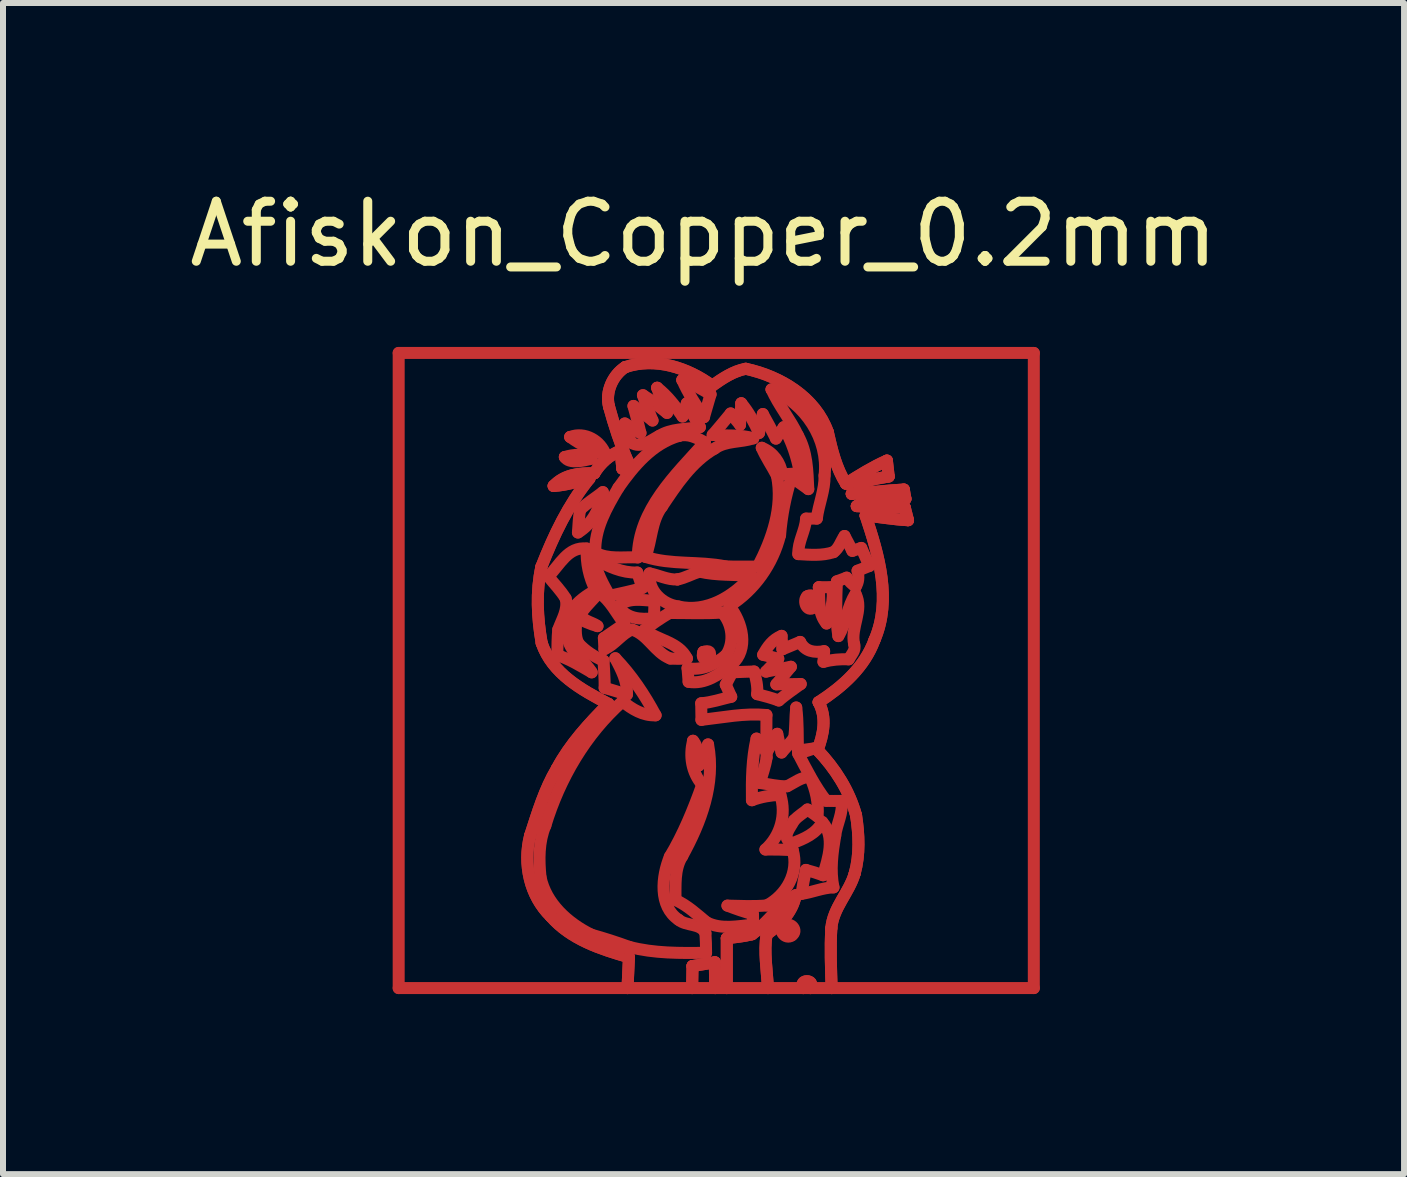
<source format=kicad_pcb>
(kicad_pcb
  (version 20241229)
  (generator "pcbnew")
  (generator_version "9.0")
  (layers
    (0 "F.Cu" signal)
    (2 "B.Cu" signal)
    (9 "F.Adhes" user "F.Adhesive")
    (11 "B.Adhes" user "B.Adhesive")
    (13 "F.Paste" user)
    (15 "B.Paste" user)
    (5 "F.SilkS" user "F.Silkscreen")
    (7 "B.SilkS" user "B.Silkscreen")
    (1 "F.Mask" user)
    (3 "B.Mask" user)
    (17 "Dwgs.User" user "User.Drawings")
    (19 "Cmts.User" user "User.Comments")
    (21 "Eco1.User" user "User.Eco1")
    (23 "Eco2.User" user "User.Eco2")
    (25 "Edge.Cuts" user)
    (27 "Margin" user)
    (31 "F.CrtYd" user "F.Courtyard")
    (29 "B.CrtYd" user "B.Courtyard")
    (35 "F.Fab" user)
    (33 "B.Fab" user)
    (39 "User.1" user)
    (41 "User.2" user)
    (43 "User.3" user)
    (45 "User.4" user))
  (footprint "Afiskon_Copper_0.2mm"
    (layer "F.Cu")
    (at 8.773 2.648)
    (property "Reference" "Afiskon_Copper_0.2mm" (at -0.1 -1.8 0) (layer "F.SilkS") (effects (font (size 1 1) (thickness 0.15))))
    (attr through_hole)
    (fp_line (start -5.18 0.183) (end 5.403 0.183) (stroke (width 0.2) (type solid)) (layer "F.Cu"))
    (fp_line (start -5.18 10.766) (end -5.18 0.183) (stroke (width 0.2) (type solid)) (layer "F.Cu"))
    (fp_line (start -2.687 3.907) (end -2.687 3.907) (stroke (width 0.2) (type solid)) (layer "F.Cu"))
    (fp_line (start -2.411 1.917) (end -2.411 1.917) (stroke (width 0.2) (type solid)) (layer "F.Cu"))
    (fp_line (start -2.322 1.583) (end -2.322 1.583) (stroke (width 0.2) (type solid)) (layer "F.Cu"))
    (fp_line (start -2.157 2.795) (end -2.157 2.795) (stroke (width 0.2) (type solid)) (layer "F.Cu"))
    (fp_line (start -1.913 3.617) (end -1.913 3.617) (stroke (width 0.2) (type solid)) (layer "F.Cu"))
    (fp_line (start -1.519 4.406) (end -1.519 4.406) (stroke (width 0.2) (type solid)) (layer "F.Cu"))
    (fp_line (start -1.405 0.419) (end -1.405 0.419) (stroke (width 0.2) (type solid)) (layer "F.Cu"))
    (fp_line (start -1.367 10.766) (end -5.18 10.766) (stroke (width 0.2) (type solid)) (layer "F.Cu"))
    (fp_line (start -0.873 0.763) (end -0.873 0.763) (stroke (width 0.2) (type solid)) (layer "F.Cu"))
    (fp_line (start -0.535 3.957) (end -0.535 3.957) (stroke (width 0.2) (type solid)) (layer "F.Cu"))
    (fp_line (start -0.511 1.565) (end -0.511 1.565) (stroke (width 0.2) (type solid)) (layer "F.Cu"))
    (fp_line (start -0.454 0.634) (end -0.454 0.634) (stroke (width 0.2) (type solid)) (layer "F.Cu"))
    (fp_line (start -0.29 10.766) (end -1.367 10.766) (stroke (width 0.2) (type solid)) (layer "F.Cu"))
    (fp_line (start -0.284 10.399) (end -0.284 10.399) (stroke (width 0.2) (type solid)) (layer "F.Cu"))
    (fp_line (start -0.102 5.165) (end -0.102 5.165) (stroke (width 0.2) (type solid)) (layer "F.Cu"))
    (fp_line (start 0.094 10.766) (end -0.29 10.766) (stroke (width 0.2) (type solid)) (layer "F.Cu"))
    (fp_line (start 0.287 10.766) (end 0.094 10.766) (stroke (width 0.2) (type solid)) (layer "F.Cu"))
    (fp_line (start 0.529 1.022) (end 0.529 1.022) (stroke (width 0.2) (type solid)) (layer "F.Cu"))
    (fp_line (start 0.706 9.869) (end 0.706 9.869) (stroke (width 0.2) (type solid)) (layer "F.Cu"))
    (fp_line (start 0.972 10.766) (end 0.287 10.766) (stroke (width 0.2) (type solid)) (layer "F.Cu"))
    (fp_line (start 1.033 0.791) (end 1.033 0.791) (stroke (width 0.2) (type solid)) (layer "F.Cu"))
    (fp_line (start 1.25 9.733) (end 1.25 9.733) (stroke (width 0.2) (type solid)) (layer "F.Cu"))
    (fp_line (start 1.562 10.766) (end 0.972 10.766) (stroke (width 0.2) (type solid)) (layer "F.Cu"))
    (fp_line (start 1.627 4.24) (end 1.627 4.24) (stroke (width 0.2) (type solid)) (layer "F.Cu"))
    (fp_line (start 1.681 10.766) (end 1.562 10.766) (stroke (width 0.2) (type solid)) (layer "F.Cu"))
    (fp_line (start 1.821 4.087) (end 1.821 4.087) (stroke (width 0.2) (type solid)) (layer "F.Cu"))
    (fp_line (start 2.034 10.766) (end 1.681 10.766) (stroke (width 0.2) (type solid)) (layer "F.Cu"))
    (fp_line (start 5.403 0.183) (end 5.403 10.766) (stroke (width 0.2) (type solid)) (layer "F.Cu"))
    (fp_line (start 5.403 10.766) (end 2.034 10.766) (stroke (width 0.2) (type solid)) (layer "F.Cu"))
    (fp_curve (pts (xy -2.991 8.229) (xy -3.111 8.696) (xy -2.998 9.23) (xy -2.646 9.571)) (stroke (width 0.2) (type solid)) (layer "F.Cu"))
    (fp_curve (pts (xy -2.991 8.229) (xy -2.866 7.846) (xy -2.752 7.456) (xy -2.544 7.108)) (stroke (width 0.2) (type solid)) (layer "F.Cu"))
    (fp_curve (pts (xy -2.817 8.917) (xy -2.844 8.63) (xy -2.85 8.329) (xy -2.736 8.059)) (stroke (width 0.2) (type solid)) (layer "F.Cu"))
    (fp_curve (pts (xy -2.802 3.746) (xy -2.895 4.163) (xy -2.87 4.6) (xy -2.797 5.018)) (stroke (width 0.2) (type solid)) (layer "F.Cu"))
    (fp_curve (pts (xy -2.802 3.746) (xy -2.598 3.225) (xy -2.355 2.712) (xy -2.001 2.275)) (stroke (width 0.2) (type solid)) (layer "F.Cu"))
    (fp_curve (pts (xy -2.797 5.018) (xy -2.87 4.6) (xy -2.895 4.163) (xy -2.802 3.746)) (stroke (width 0.2) (type solid)) (layer "F.Cu"))
    (fp_curve (pts (xy -2.797 5.018) (xy -2.625 5.526) (xy -2.131 5.797) (xy -1.685 6.03)) (stroke (width 0.2) (type solid)) (layer "F.Cu"))
    (fp_curve (pts (xy -2.736 8.059) (xy -2.498 7.275) (xy -2.066 6.535) (xy -1.45 5.989)) (stroke (width 0.2) (type solid)) (layer "F.Cu"))
    (fp_curve (pts (xy -2.687 3.907) (xy -2.498 3.721) (xy -2.36 3.404) (xy -2.047 3.442)) (stroke (width 0.2) (type solid)) (layer "F.Cu"))
    (fp_curve (pts (xy -2.646 9.571) (xy -2.998 9.23) (xy -3.111 8.696) (xy -2.991 8.229)) (stroke (width 0.2) (type solid)) (layer "F.Cu"))
    (fp_curve (pts (xy -2.646 9.571) (xy -2.313 9.955) (xy -1.815 10.117) (xy -1.343 10.252)) (stroke (width 0.2) (type solid)) (layer "F.Cu"))
    (fp_curve (pts (xy -2.598 2.399) (xy -2.393 2.389) (xy -2.198 2.323) (xy -2.001 2.275)) (stroke (width 0.2) (type solid)) (layer "F.Cu"))
    (fp_curve (pts (xy -2.598 2.399) (xy -2.42 2.207) (xy -2.166 2.181) (xy -1.92 2.188)) (stroke (width 0.2) (type solid)) (layer "F.Cu"))
    (fp_curve (pts (xy -2.544 7.108) (xy -2.752 7.456) (xy -2.866 7.846) (xy -2.991 8.229)) (stroke (width 0.2) (type solid)) (layer "F.Cu"))
    (fp_curve (pts (xy -2.544 7.108) (xy -2.326 6.698) (xy -2.009 6.357) (xy -1.685 6.03)) (stroke (width 0.2) (type solid)) (layer "F.Cu"))
    (fp_curve (pts (xy -2.536 5.22) (xy -2.534 5.077) (xy -2.536 4.935) (xy -2.521 4.793)) (stroke (width 0.2) (type solid)) (layer "F.Cu"))
    (fp_curve (pts (xy -2.521 4.793) (xy -2.462 4.623) (xy -2.351 4.462) (xy -2.398 4.274)) (stroke (width 0.2) (type solid)) (layer "F.Cu"))
    (fp_curve (pts (xy -2.411 1.917) (xy -2.286 1.875) (xy -2.053 1.851) (xy -1.964 1.944)) (stroke (width 0.2) (type solid)) (layer "F.Cu"))
    (fp_curve (pts (xy -2.398 4.274) (xy -2.478 4.14) (xy -2.591 4.029) (xy -2.687 3.907)) (stroke (width 0.2) (type solid)) (layer "F.Cu"))
    (fp_curve (pts (xy -2.36 4.949) (xy -2.308 5.188) (xy -2.082 5.306) (xy -1.964 5.505)) (stroke (width 0.2) (type solid)) (layer "F.Cu"))
    (fp_curve (pts (xy -2.322 1.583) (xy -2.079 1.489) (xy -1.812 1.645) (xy -1.731 1.883)) (stroke (width 0.2) (type solid)) (layer "F.Cu"))
    (fp_curve (pts (xy -2.222 4.589) (xy -2.107 4.646) (xy -1.991 4.702) (xy -1.867 4.735)) (stroke (width 0.2) (type solid)) (layer "F.Cu"))
    (fp_curve (pts (xy -2.193 3.175) (xy -2.184 3.048) (xy -2.179 2.921) (xy -2.157 2.795)) (stroke (width 0.2) (type solid)) (layer "F.Cu"))
    (fp_curve (pts (xy -2.186 5.021) (xy -2.252 4.887) (xy -2.222 4.733) (xy -2.222 4.589)) (stroke (width 0.2) (type solid)) (layer "F.Cu"))
    (fp_curve (pts (xy -2.157 2.795) (xy -2.042 2.684) (xy -1.904 2.6) (xy -1.778 2.502)) (stroke (width 0.2) (type solid)) (layer "F.Cu"))
    (fp_curve (pts (xy -2.119 4.487) (xy -2.033 4.377) (xy -1.934 4.28) (xy -1.841 4.177)) (stroke (width 0.2) (type solid)) (layer "F.Cu"))
    (fp_curve (pts (xy -2.047 3.442) (xy -2.058 3.684) (xy -2.007 3.924) (xy -1.896 4.14)) (stroke (width 0.2) (type solid)) (layer "F.Cu"))
    (fp_curve (pts (xy -2.001 2.275) (xy -2.355 2.712) (xy -2.598 3.225) (xy -2.802 3.746)) (stroke (width 0.2) (type solid)) (layer "F.Cu"))
    (fp_curve (pts (xy -2.001 2.275) (xy -2.198 2.323) (xy -2.393 2.389) (xy -2.598 2.399)) (stroke (width 0.2) (type solid)) (layer "F.Cu"))
    (fp_curve (pts (xy -1.97 9.876) (xy -2.36 9.684) (xy -2.725 9.358) (xy -2.817 8.917)) (stroke (width 0.2) (type solid)) (layer "F.Cu"))
    (fp_curve (pts (xy -1.964 1.944) (xy -2.088 1.977) (xy -2.343 2.039) (xy -2.411 1.917)) (stroke (width 0.2) (type solid)) (layer "F.Cu"))
    (fp_curve (pts (xy -1.964 5.505) (xy -2.15 5.399) (xy -2.33 5.284) (xy -2.536 5.22)) (stroke (width 0.2) (type solid)) (layer "F.Cu"))
    (fp_curve (pts (xy -1.92 2.188) (xy -2.166 2.181) (xy -2.42 2.207) (xy -2.598 2.399)) (stroke (width 0.2) (type solid)) (layer "F.Cu"))
    (fp_curve (pts (xy -1.92 2.188) (xy -1.817 2.018) (xy -1.671 1.886) (xy -1.484 1.812)) (stroke (width 0.2) (type solid)) (layer "F.Cu"))
    (fp_curve (pts (xy -1.913 3.617) (xy -1.692 3.738) (xy -1.462 3.85) (xy -1.204 3.842)) (stroke (width 0.2) (type solid)) (layer "F.Cu"))
    (fp_curve (pts (xy -1.903 3.509) (xy -1.921 3.115) (xy -1.713 2.757) (xy -1.519 2.43)) (stroke (width 0.2) (type solid)) (layer "F.Cu"))
    (fp_curve (pts (xy -1.896 4.14) (xy -2.186 4.282) (xy -2.518 4.597) (xy -2.36 4.949)) (stroke (width 0.2) (type solid)) (layer "F.Cu"))
    (fp_curve (pts (xy -1.867 4.735) (xy -1.946 4.662) (xy -2.194 4.642) (xy -2.119 4.487)) (stroke (width 0.2) (type solid)) (layer "F.Cu"))
    (fp_curve (pts (xy -1.841 4.177) (xy -1.654 4.309) (xy -1.554 4.518) (xy -1.42 4.698)) (stroke (width 0.2) (type solid)) (layer "F.Cu"))
    (fp_curve (pts (xy -1.778 2.502) (xy -1.826 2.772) (xy -1.951 3.03) (xy -2.193 3.175)) (stroke (width 0.2) (type solid)) (layer "F.Cu"))
    (fp_curve (pts (xy -1.766 5.311) (xy -1.923 5.243) (xy -2.07 5.149) (xy -2.186 5.021)) (stroke (width 0.2) (type solid)) (layer "F.Cu"))
    (fp_curve (pts (xy -1.761 4.932) (xy -1.758 4.979) (xy -1.754 5.072) (xy -1.752 5.118)) (stroke (width 0.2) (type solid)) (layer "F.Cu"))
    (fp_curve (pts (xy -1.752 5.118) (xy -1.576 5.043) (xy -1.468 4.861) (xy -1.294 4.793)) (stroke (width 0.2) (type solid)) (layer "F.Cu"))
    (fp_curve (pts (xy -1.748 5.765) (xy -1.745 5.613) (xy -1.76 5.462) (xy -1.766 5.311)) (stroke (width 0.2) (type solid)) (layer "F.Cu"))
    (fp_curve (pts (xy -1.731 1.883) (xy -1.938 1.805) (xy -2.145 1.718) (xy -2.322 1.583)) (stroke (width 0.2) (type solid)) (layer "F.Cu"))
    (fp_curve (pts (xy -1.685 6.03) (xy -2.131 5.797) (xy -2.625 5.526) (xy -2.797 5.018)) (stroke (width 0.2) (type solid)) (layer "F.Cu"))
    (fp_curve (pts (xy -1.685 6.03) (xy -2.009 6.357) (xy -2.326 6.698) (xy -2.544 7.108)) (stroke (width 0.2) (type solid)) (layer "F.Cu"))
    (fp_curve (pts (xy -1.675 1.077) (xy -1.74 0.834) (xy -1.613 0.551) (xy -1.405 0.419)) (stroke (width 0.2) (type solid)) (layer "F.Cu"))
    (fp_curve (pts (xy -1.675 1.077) (xy -1.59 1.388) (xy -1.491 1.695) (xy -1.362 1.991)) (stroke (width 0.2) (type solid)) (layer "F.Cu"))
    (fp_curve (pts (xy -1.666 4.23) (xy -1.772 4.037) (xy -1.888 3.84) (xy -1.913 3.617)) (stroke (width 0.2) (type solid)) (layer "F.Cu"))
    (fp_curve (pts (xy -1.57 5.27) (xy -1.473 5.459) (xy -1.364 5.655) (xy -1.377 5.876)) (stroke (width 0.2) (type solid)) (layer "F.Cu"))
    (fp_curve (pts (xy -1.519 2.43) (xy -1.264 2.066) (xy -0.954 1.695) (xy -0.511 1.565)) (stroke (width 0.2) (type solid)) (layer "F.Cu"))
    (fp_curve (pts (xy -1.519 4.406) (xy -1.355 4.247) (xy -1.12 4.307) (xy -0.917 4.312)) (stroke (width 0.2) (type solid)) (layer "F.Cu"))
    (fp_curve (pts (xy -1.484 1.812) (xy -1.671 1.886) (xy -1.817 2.018) (xy -1.92 2.188)) (stroke (width 0.2) (type solid)) (layer "F.Cu"))
    (fp_curve (pts (xy -1.484 1.812) (xy -1.477 1.887) (xy -1.46 2.038) (xy -1.453 2.112)) (stroke (width 0.2) (type solid)) (layer "F.Cu"))
    (fp_curve (pts (xy -1.453 2.112) (xy -1.46 2.038) (xy -1.477 1.887) (xy -1.484 1.812)) (stroke (width 0.2) (type solid)) (layer "F.Cu"))
    (fp_curve (pts (xy -1.453 2.112) (xy -1.422 2.072) (xy -1.392 2.031) (xy -1.362 1.991)) (stroke (width 0.2) (type solid)) (layer "F.Cu"))
    (fp_curve (pts (xy -1.45 5.989) (xy -1.292 6.118) (xy -1.11 6.231) (xy -0.899 6.221)) (stroke (width 0.2) (type solid)) (layer "F.Cu"))
    (fp_curve (pts (xy -1.42 4.698) (xy -1.534 4.775) (xy -1.648 4.853) (xy -1.761 4.932)) (stroke (width 0.2) (type solid)) (layer "F.Cu"))
    (fp_curve (pts (xy -1.412 1.358) (xy -1.324 1.41) (xy -1.237 1.464) (xy -1.151 1.517)) (stroke (width 0.2) (type solid)) (layer "F.Cu"))
    (fp_curve (pts (xy -1.405 0.419) (xy -1.613 0.551) (xy -1.74 0.834) (xy -1.675 1.077)) (stroke (width 0.2) (type solid)) (layer "F.Cu"))
    (fp_curve (pts (xy -1.405 0.419) (xy -0.907 0.25) (xy -0.365 0.427) (xy 0.044 0.729)) (stroke (width 0.2) (type solid)) (layer "F.Cu"))
    (fp_curve (pts (xy -1.377 5.876) (xy -1.501 5.838) (xy -1.623 5.797) (xy -1.748 5.765)) (stroke (width 0.2) (type solid)) (layer "F.Cu"))
    (fp_curve (pts (xy -1.367 10.766) (xy -1.359 10.594) (xy -1.351 10.424) (xy -1.343 10.252)) (stroke (width 0.2) (type solid)) (layer "F.Cu"))
    (fp_curve (pts (xy -1.362 1.991) (xy -1.491 1.695) (xy -1.59 1.388) (xy -1.675 1.077)) (stroke (width 0.2) (type solid)) (layer "F.Cu"))
    (fp_curve (pts (xy -1.362 1.991) (xy -1.392 2.031) (xy -1.422 2.072) (xy -1.453 2.112)) (stroke (width 0.2) (type solid)) (layer "F.Cu"))
    (fp_curve (pts (xy -1.343 10.252) (xy -1.815 10.117) (xy -2.313 9.955) (xy -2.646 9.571)) (stroke (width 0.2) (type solid)) (layer "F.Cu"))
    (fp_curve (pts (xy -1.343 10.252) (xy -1.351 10.424) (xy -1.359 10.594) (xy -1.367 10.766)) (stroke (width 0.2) (type solid)) (layer "F.Cu"))
    (fp_curve (pts (xy -1.34 10.079) (xy -1.548 10.003) (xy -1.757 9.936) (xy -1.97 9.876)) (stroke (width 0.2) (type solid)) (layer "F.Cu"))
    (fp_curve (pts (xy -1.304 1.678) (xy -1.349 1.575) (xy -1.378 1.466) (xy -1.412 1.358)) (stroke (width 0.2) (type solid)) (layer "F.Cu"))
    (fp_curve (pts (xy -1.294 4.793) (xy -1.029 4.867) (xy -0.912 5.178) (xy -0.654 5.275)) (stroke (width 0.2) (type solid)) (layer "F.Cu"))
    (fp_curve (pts (xy -1.268 1.066) (xy -1.161 1.146) (xy -1.056 1.228) (xy -0.95 1.309)) (stroke (width 0.2) (type solid)) (layer "F.Cu"))
    (fp_curve (pts (xy -1.204 3.842) (xy -1.175 3.928) (xy -1.147 4.012) (xy -1.118 4.098)) (stroke (width 0.2) (type solid)) (layer "F.Cu"))
    (fp_curve (pts (xy -1.196 3.59) (xy -1.43 3.578) (xy -1.693 3.629) (xy -1.903 3.509)) (stroke (width 0.2) (type solid)) (layer "F.Cu"))
    (fp_curve (pts (xy -1.151 1.517) (xy -1.186 1.366) (xy -1.226 1.216) (xy -1.268 1.066)) (stroke (width 0.2) (type solid)) (layer "F.Cu"))
    (fp_curve (pts (xy -1.118 4.098) (xy -1.297 4.153) (xy -1.483 4.187) (xy -1.666 4.23)) (stroke (width 0.2) (type solid)) (layer "F.Cu"))
    (fp_curve (pts (xy -1.11 0.887) (xy -0.966 0.972) (xy -0.839 1.08) (xy -0.709 1.182)) (stroke (width 0.2) (type solid)) (layer "F.Cu"))
    (fp_curve (pts (xy -1.087 4.8) (xy -0.953 4.697) (xy -0.814 4.602) (xy -0.669 4.516)) (stroke (width 0.2) (type solid)) (layer "F.Cu"))
    (fp_curve (pts (xy -1.068 3.581) (xy -0.962 3.304) (xy -0.975 2.986) (xy -0.792 2.742)) (stroke (width 0.2) (type solid)) (layer "F.Cu"))
    (fp_curve (pts (xy -1 3.856) (xy -0.844 3.886) (xy -0.696 3.967) (xy -0.535 3.957)) (stroke (width 0.2) (type solid)) (layer "F.Cu"))
    (fp_curve (pts (xy -0.95 1.309) (xy -1.009 1.17) (xy -1.065 1.031) (xy -1.11 0.887)) (stroke (width 0.2) (type solid)) (layer "F.Cu"))
    (fp_curve (pts (xy -0.926 4.604) (xy -1.153 4.628) (xy -1.381 4.615) (xy -1.519 4.406)) (stroke (width 0.2) (type solid)) (layer "F.Cu"))
    (fp_curve (pts (xy -0.917 4.312) (xy -0.919 4.385) (xy -0.923 4.531) (xy -0.926 4.604)) (stroke (width 0.2) (type solid)) (layer "F.Cu"))
    (fp_curve (pts (xy -0.899 6.221) (xy -1.081 5.879) (xy -1.3 5.55) (xy -1.57 5.27)) (stroke (width 0.2) (type solid)) (layer "F.Cu"))
    (fp_curve (pts (xy -0.873 0.763) (xy -0.703 0.894) (xy -0.573 1.067) (xy -0.45 1.242)) (stroke (width 0.2) (type solid)) (layer "F.Cu"))
    (fp_curve (pts (xy -0.843 1.568) (xy -0.985 1.64) (xy -1.141 1.781) (xy -1.304 1.678)) (stroke (width 0.2) (type solid)) (layer "F.Cu"))
    (fp_curve (pts (xy -0.792 2.742) (xy -0.55 2.381) (xy -0.301 1.998) (xy 0.085 1.776)) (stroke (width 0.2) (type solid)) (layer "F.Cu"))
    (fp_curve (pts (xy -0.709 1.182) (xy -0.764 1.043) (xy -0.832 0.907) (xy -0.873 0.763)) (stroke (width 0.2) (type solid)) (layer "F.Cu"))
    (fp_curve (pts (xy -0.669 4.516) (xy -0.376 4.515) (xy -0.082 4.53) (xy 0.21 4.508)) (stroke (width 0.2) (type solid)) (layer "F.Cu"))
    (fp_curve (pts (xy -0.662 8.577) (xy -0.797 8.906) (xy -0.852 9.403) (xy -0.515 9.628)) (stroke (width 0.2) (type solid)) (layer "F.Cu"))
    (fp_curve (pts (xy -0.654 5.275) (xy -0.562 5.281) (xy -0.47 5.281) (xy -0.377 5.273)) (stroke (width 0.2) (type solid)) (layer "F.Cu"))
    (fp_curve (pts (xy -0.568 9.299) (xy -0.563 9.054) (xy -0.592 8.787) (xy -0.455 8.568)) (stroke (width 0.2) (type solid)) (layer "F.Cu"))
    (fp_curve (pts (xy -0.535 3.957) (xy -0.406 3.933) (xy -0.291 3.864) (xy -0.167 3.827)) (stroke (width 0.2) (type solid)) (layer "F.Cu"))
    (fp_curve (pts (xy -0.521 4.407) (xy -0.79 4.371) (xy -1.026 4.142) (xy -1 3.856)) (stroke (width 0.2) (type solid)) (layer "F.Cu"))
    (fp_curve (pts (xy -0.515 9.628) (xy -0.384 9.739) (xy -0.155 9.679) (xy -0.069 9.849)) (stroke (width 0.2) (type solid)) (layer "F.Cu"))
    (fp_curve (pts (xy -0.511 1.565) (xy -0.355 1.523) (xy -0.212 1.597) (xy -0.079 1.671)) (stroke (width 0.2) (type solid)) (layer "F.Cu"))
    (fp_curve (pts (xy -0.455 8.568) (xy -0.143 8.005) (xy 0.1 7.358) (xy -0.025 6.706)) (stroke (width 0.2) (type solid)) (layer "F.Cu"))
    (fp_curve (pts (xy -0.454 0.634) (xy -0.288 0.695) (xy -0.135 0.784) (xy 0.017 0.873)) (stroke (width 0.2) (type solid)) (layer "F.Cu"))
    (fp_curve (pts (xy -0.45 1.242) (xy -0.426 1.168) (xy -0.403 1.094) (xy -0.379 1.021)) (stroke (width 0.2) (type solid)) (layer "F.Cu"))
    (fp_curve (pts (xy -0.379 1.021) (xy -0.31 1.156) (xy -0.236 1.288) (xy -0.161 1.419)) (stroke (width 0.2) (type solid)) (layer "F.Cu"))
    (fp_curve (pts (xy -0.377 5.273) (xy -0.514 4.997) (xy -0.859 4.972) (xy -1.087 4.8)) (stroke (width 0.2) (type solid)) (layer "F.Cu"))
    (fp_curve (pts (xy -0.367 5.435) (xy -0.36 5.511) (xy -0.355 5.586) (xy -0.349 5.663)) (stroke (width 0.2) (type solid)) (layer "F.Cu"))
    (fp_curve (pts (xy -0.349 5.663) (xy -0.076 5.71) (xy 0.168 5.538) (xy 0.368 5.376)) (stroke (width 0.2) (type solid)) (layer "F.Cu"))
    (fp_curve (pts (xy -0.29 10.766) (xy -0.288 10.644) (xy -0.286 10.521) (xy -0.284 10.399)) (stroke (width 0.2) (type solid)) (layer "F.Cu"))
    (fp_curve (pts (xy -0.284 10.399) (xy -0.286 10.521) (xy -0.288 10.644) (xy -0.29 10.766)) (stroke (width 0.2) (type solid)) (layer "F.Cu"))
    (fp_curve (pts (xy -0.284 10.399) (xy -0.16 10.379) (xy -0.036 10.357) (xy 0.088 10.336)) (stroke (width 0.2) (type solid)) (layer "F.Cu"))
    (fp_curve (pts (xy -0.276 6.645) (xy -0.339 6.907) (xy -0.297 7.17) (xy -0.122 7.378)) (stroke (width 0.2) (type solid)) (layer "F.Cu"))
    (fp_curve (pts (xy -0.178 7.056) (xy -0.211 6.92) (xy -0.173 6.756) (xy -0.276 6.645)) (stroke (width 0.2) (type solid)) (layer "F.Cu"))
    (fp_curve (pts (xy -0.167 3.827) (xy 0.116 3.894) (xy 0.407 3.872) (xy 0.694 3.899)) (stroke (width 0.2) (type solid)) (layer "F.Cu"))
    (fp_curve (pts (xy -0.161 1.419) (xy -0.391 1.456) (xy -0.639 1.44) (xy -0.843 1.568)) (stroke (width 0.2) (type solid)) (layer "F.Cu"))
    (fp_curve (pts (xy -0.139 6.02) (xy -0.138 6.09) (xy -0.136 6.228) (xy -0.135 6.297)) (stroke (width 0.2) (type solid)) (layer "F.Cu"))
    (fp_curve (pts (xy -0.135 6.297) (xy 0.226 6.257) (xy 0.581 6.181) (xy 0.948 6.216)) (stroke (width 0.2) (type solid)) (layer "F.Cu"))
    (fp_curve (pts (xy -0.122 7.378) (xy -0.269 7.792) (xy -0.436 8.2) (xy -0.662 8.577)) (stroke (width 0.2) (type solid)) (layer "F.Cu"))
    (fp_curve (pts (xy -0.102 5.165) (xy -0.003 5.131) (xy 0.03 5.165) (xy -0.002 5.264)) (stroke (width 0.2) (type solid)) (layer "F.Cu"))
    (fp_curve (pts (xy -0.094 1.254) (xy -0.225 1.055) (xy -0.359 0.854) (xy -0.454 0.634)) (stroke (width 0.2) (type solid)) (layer "F.Cu"))
    (fp_curve (pts (xy -0.079 1.671) (xy -0.57 2.219) (xy -1.189 2.797) (xy -1.196 3.59)) (stroke (width 0.2) (type solid)) (layer "F.Cu"))
    (fp_curve (pts (xy -0.069 9.849) (xy -0.061 9.958) (xy -0.058 10.068) (xy -0.058 10.179)) (stroke (width 0.2) (type solid)) (layer "F.Cu"))
    (fp_curve (pts (xy -0.058 10.179) (xy -0.486 10.183) (xy -0.923 10.19) (xy -1.34 10.079)) (stroke (width 0.2) (type solid)) (layer "F.Cu"))
    (fp_curve (pts (xy -0.049 9.671) (xy -0.214 9.535) (xy -0.37 9.387) (xy -0.568 9.299)) (stroke (width 0.2) (type solid)) (layer "F.Cu"))
    (fp_curve (pts (xy -0.025 6.706) (xy -0.08 6.82) (xy -0.129 6.939) (xy -0.178 7.056)) (stroke (width 0.2) (type solid)) (layer "F.Cu"))
    (fp_curve (pts (xy -0.002 5.264) (xy -0.101 5.296) (xy -0.134 5.263) (xy -0.102 5.165)) (stroke (width 0.2) (type solid)) (layer "F.Cu"))
    (fp_curve (pts (xy 0.017 0.873) (xy -0.02 1) (xy -0.058 1.127) (xy -0.094 1.254)) (stroke (width 0.2) (type solid)) (layer "F.Cu"))
    (fp_curve (pts (xy 0.044 0.729) (xy -0.365 0.427) (xy -0.907 0.25) (xy -1.405 0.419)) (stroke (width 0.2) (type solid)) (layer "F.Cu"))
    (fp_curve (pts (xy 0.044 0.729) (xy 0.215 0.609) (xy 0.394 0.486) (xy 0.603 0.447)) (stroke (width 0.2) (type solid)) (layer "F.Cu"))
    (fp_curve (pts (xy 0.052 1.549) (xy 0.152 1.429) (xy 0.255 1.312) (xy 0.352 1.191)) (stroke (width 0.2) (type solid)) (layer "F.Cu"))
    (fp_curve (pts (xy 0.085 1.776) (xy 0.272 1.642) (xy 0.519 1.677) (xy 0.729 1.606)) (stroke (width 0.2) (type solid)) (layer "F.Cu"))
    (fp_curve (pts (xy 0.088 10.336) (xy -0.036 10.357) (xy -0.16 10.379) (xy -0.284 10.399)) (stroke (width 0.2) (type solid)) (layer "F.Cu"))
    (fp_curve (pts (xy 0.088 10.336) (xy 0.091 10.479) (xy 0.092 10.623) (xy 0.094 10.766)) (stroke (width 0.2) (type solid)) (layer "F.Cu"))
    (fp_curve (pts (xy 0.094 10.766) (xy 0.092 10.623) (xy 0.091 10.479) (xy 0.088 10.336)) (stroke (width 0.2) (type solid)) (layer "F.Cu"))
    (fp_curve (pts (xy 0.21 4.508) (xy 0.381 4.696) (xy 0.42 4.997) (xy 0.279 5.213)) (stroke (width 0.2) (type solid)) (layer "F.Cu"))
    (fp_curve (pts (xy 0.264 3.739) (xy -0.177 3.648) (xy -0.633 3.72) (xy -1.068 3.581)) (stroke (width 0.2) (type solid)) (layer "F.Cu"))
    (fp_curve (pts (xy 0.27 5.711) (xy 0.299 5.778) (xy 0.329 5.845) (xy 0.361 5.912)) (stroke (width 0.2) (type solid)) (layer "F.Cu"))
    (fp_curve (pts (xy 0.279 5.213) (xy 0.1 5.371) (xy -0.123 5.48) (xy -0.367 5.435)) (stroke (width 0.2) (type solid)) (layer "F.Cu"))
    (fp_curve (pts (xy 0.287 9.936) (xy 0.287 10.213) (xy 0.287 10.489) (xy 0.287 10.766)) (stroke (width 0.2) (type solid)) (layer "F.Cu"))
    (fp_curve (pts (xy 0.287 9.936) (xy 0.426 9.916) (xy 0.569 9.907) (xy 0.706 9.869)) (stroke (width 0.2) (type solid)) (layer "F.Cu"))
    (fp_curve (pts (xy 0.287 10.766) (xy 0.287 10.489) (xy 0.287 10.213) (xy 0.287 9.936)) (stroke (width 0.2) (type solid)) (layer "F.Cu"))
    (fp_curve (pts (xy 0.298 9.392) (xy 0.438 9.447) (xy 0.579 9.495) (xy 0.724 9.538)) (stroke (width 0.2) (type solid)) (layer "F.Cu"))
    (fp_curve (pts (xy 0.331 4.398) (xy 0.752 4.135) (xy 1.057 3.698) (xy 1.175 3.219)) (stroke (width 0.2) (type solid)) (layer "F.Cu"))
    (fp_curve (pts (xy 0.352 1.191) (xy 0.405 1.254) (xy 0.456 1.317) (xy 0.508 1.381)) (stroke (width 0.2) (type solid)) (layer "F.Cu"))
    (fp_curve (pts (xy 0.361 5.912) (xy 0.195 5.951) (xy 0.033 6.007) (xy -0.139 6.02)) (stroke (width 0.2) (type solid)) (layer "F.Cu"))
    (fp_curve (pts (xy 0.368 5.376) (xy 0.665 5.117) (xy 0.547 4.671) (xy 0.331 4.398)) (stroke (width 0.2) (type solid)) (layer "F.Cu"))
    (fp_curve (pts (xy 0.377 5.505) (xy 0.35 5.556) (xy 0.296 5.659) (xy 0.27 5.711)) (stroke (width 0.2) (type solid)) (layer "F.Cu"))
    (fp_curve (pts (xy 0.508 1.381) (xy 0.512 1.261) (xy 0.519 1.141) (xy 0.529 1.022)) (stroke (width 0.2) (type solid)) (layer "F.Cu"))
    (fp_curve (pts (xy 0.529 1.022) (xy 0.655 1.17) (xy 0.744 1.342) (xy 0.824 1.517)) (stroke (width 0.2) (type solid)) (layer "F.Cu"))
    (fp_curve (pts (xy 0.603 0.447) (xy 0.394 0.486) (xy 0.215 0.609) (xy 0.044 0.729)) (stroke (width 0.2) (type solid)) (layer "F.Cu"))
    (fp_curve (pts (xy 0.603 0.447) (xy 1.179 0.57) (xy 1.767 0.922) (xy 1.971 1.502)) (stroke (width 0.2) (type solid)) (layer "F.Cu"))
    (fp_curve (pts (xy 0.694 3.899) (xy 0.398 4.242) (xy -0.053 4.516) (xy -0.521 4.407)) (stroke (width 0.2) (type solid)) (layer "F.Cu"))
    (fp_curve (pts (xy 0.706 7.636) (xy 0.858 7.58) (xy 1.018 7.551) (xy 1.18 7.547)) (stroke (width 0.2) (type solid)) (layer "F.Cu"))
    (fp_curve (pts (xy 0.706 9.869) (xy 0.569 9.907) (xy 0.426 9.916) (xy 0.287 9.936)) (stroke (width 0.2) (type solid)) (layer "F.Cu"))
    (fp_curve (pts (xy 0.706 9.869) (xy 0.975 9.681) (xy 1.147 9.384) (xy 1.437 9.22)) (stroke (width 0.2) (type solid)) (layer "F.Cu"))
    (fp_curve (pts (xy 0.724 9.538) (xy 0.725 9.581) (xy 0.726 9.666) (xy 0.727 9.709)) (stroke (width 0.2) (type solid)) (layer "F.Cu"))
    (fp_curve (pts (xy 0.727 9.709) (xy 0.471 9.733) (xy 0.193 9.794) (xy -0.049 9.671)) (stroke (width 0.2) (type solid)) (layer "F.Cu"))
    (fp_curve (pts (xy 0.729 1.606) (xy 0.51 1.537) (xy 0.277 1.568) (xy 0.052 1.549)) (stroke (width 0.2) (type solid)) (layer "F.Cu"))
    (fp_curve (pts (xy 0.742 5.491) (xy 0.62 5.494) (xy 0.498 5.499) (xy 0.377 5.505)) (stroke (width 0.2) (type solid)) (layer "F.Cu"))
    (fp_curve (pts (xy 0.783 6.609) (xy 0.706 6.946) (xy 0.701 7.292) (xy 0.706 7.636)) (stroke (width 0.2) (type solid)) (layer "F.Cu"))
    (fp_curve (pts (xy 0.793 5.868) (xy 0.805 5.74) (xy 0.776 5.614) (xy 0.742 5.491)) (stroke (width 0.2) (type solid)) (layer "F.Cu"))
    (fp_curve (pts (xy 0.804 3.743) (xy 0.624 3.741) (xy 0.444 3.748) (xy 0.264 3.739)) (stroke (width 0.2) (type solid)) (layer "F.Cu"))
    (fp_curve (pts (xy 0.824 1.517) (xy 0.846 1.412) (xy 0.867 1.307) (xy 0.888 1.201)) (stroke (width 0.2) (type solid)) (layer "F.Cu"))
    (fp_curve (pts (xy 0.838 7.348) (xy 0.878 7.206) (xy 0.931 7.068) (xy 0.951 6.922)) (stroke (width 0.2) (type solid)) (layer "F.Cu"))
    (fp_curve (pts (xy 0.87 1.763) (xy 0.939 1.925) (xy 1.042 2.071) (xy 1.122 2.227)) (stroke (width 0.2) (type solid)) (layer "F.Cu"))
    (fp_curve (pts (xy 0.888 1.201) (xy 0.964 1.335) (xy 1.038 1.472) (xy 1.106 1.61)) (stroke (width 0.2) (type solid)) (layer "F.Cu"))
    (fp_curve (pts (xy 0.893 5.213) (xy 0.956 5.229) (xy 1.082 5.262) (xy 1.145 5.278)) (stroke (width 0.2) (type solid)) (layer "F.Cu"))
    (fp_curve (pts (xy 0.931 8.457) (xy 1.083 8.456) (xy 1.235 8.459) (xy 1.386 8.467)) (stroke (width 0.2) (type solid)) (layer "F.Cu"))
    (fp_curve (pts (xy 0.941 5.493) (xy 1.079 5.466) (xy 1.217 5.438) (xy 1.355 5.412)) (stroke (width 0.2) (type solid)) (layer "F.Cu"))
    (fp_curve (pts (xy 0.948 6.216) (xy 0.947 6.419) (xy 0.943 6.623) (xy 0.959 6.826)) (stroke (width 0.2) (type solid)) (layer "F.Cu"))
    (fp_curve (pts (xy 0.95 9.872) (xy 0.903 10.168) (xy 0.958 10.469) (xy 0.972 10.766)) (stroke (width 0.2) (type solid)) (layer "F.Cu"))
    (fp_curve (pts (xy 0.95 9.872) (xy 1.176 9.708) (xy 1.379 9.509) (xy 1.437 9.22)) (stroke (width 0.2) (type solid)) (layer "F.Cu"))
    (fp_curve (pts (xy 0.951 6.922) (xy 0.962 6.792) (xy 0.851 6.705) (xy 0.783 6.609)) (stroke (width 0.2) (type solid)) (layer "F.Cu"))
    (fp_curve (pts (xy 0.952 9.389) (xy 0.734 9.408) (xy 0.515 9.397) (xy 0.298 9.392)) (stroke (width 0.2) (type solid)) (layer "F.Cu"))
    (fp_curve (pts (xy 0.959 6.826) (xy 1.018 6.729) (xy 1.073 6.629) (xy 1.128 6.529)) (stroke (width 0.2) (type solid)) (layer "F.Cu"))
    (fp_curve (pts (xy 0.972 10.766) (xy 0.958 10.469) (xy 0.903 10.168) (xy 0.95 9.872)) (stroke (width 0.2) (type solid)) (layer "F.Cu"))
    (fp_curve (pts (xy 1.033 0.791) (xy 1.589 1.026) (xy 1.988 1.614) (xy 1.916 2.226)) (stroke (width 0.2) (type solid)) (layer "F.Cu"))
    (fp_curve (pts (xy 1.106 1.61) (xy 1.149 1.547) (xy 1.193 1.484) (xy 1.236 1.42)) (stroke (width 0.2) (type solid)) (layer "F.Cu"))
    (fp_curve (pts (xy 1.112 5.705) (xy 1.248 5.702) (xy 1.383 5.7) (xy 1.519 5.699)) (stroke (width 0.2) (type solid)) (layer "F.Cu"))
    (fp_curve (pts (xy 1.122 2.227) (xy 1.229 2.754) (xy 1.044 3.281) (xy 0.804 3.743)) (stroke (width 0.2) (type solid)) (layer "F.Cu"))
    (fp_curve (pts (xy 1.128 6.529) (xy 1.151 6.633) (xy 1.174 6.737) (xy 1.2 6.841)) (stroke (width 0.2) (type solid)) (layer "F.Cu"))
    (fp_curve (pts (xy 1.145 5.278) (xy 1.078 5.35) (xy 1.008 5.421) (xy 0.941 5.493)) (stroke (width 0.2) (type solid)) (layer "F.Cu"))
    (fp_curve (pts (xy 1.153 5.974) (xy 1.035 5.932) (xy 0.915 5.898) (xy 0.793 5.868)) (stroke (width 0.2) (type solid)) (layer "F.Cu"))
    (fp_curve (pts (xy 1.175 3.219) (xy 1.202 2.891) (xy 1.264 2.567) (xy 1.366 2.253)) (stroke (width 0.2) (type solid)) (layer "F.Cu"))
    (fp_curve (pts (xy 1.18 7.547) (xy 1.281 7.875) (xy 1.185 8.227) (xy 0.931 8.457)) (stroke (width 0.2) (type solid)) (layer "F.Cu"))
    (fp_curve (pts (xy 1.2 6.841) (xy 1.272 6.759) (xy 1.346 6.679) (xy 1.412 6.592)) (stroke (width 0.2) (type solid)) (layer "F.Cu"))
    (fp_curve (pts (xy 1.2 4.897) (xy 1.054 4.954) (xy 0.963 5.078) (xy 0.893 5.213)) (stroke (width 0.2) (type solid)) (layer "F.Cu"))
    (fp_curve (pts (xy 1.212 2.206) (xy 1.178 2.004) (xy 1.065 1.843) (xy 0.87 1.763)) (stroke (width 0.2) (type solid)) (layer "F.Cu"))
    (fp_curve (pts (xy 1.214 5.121) (xy 1.21 5.047) (xy 1.206 4.972) (xy 1.2 4.897)) (stroke (width 0.2) (type solid)) (layer "F.Cu"))
    (fp_curve (pts (xy 1.236 1.42) (xy 1.371 1.658) (xy 1.459 1.918) (xy 1.506 2.188)) (stroke (width 0.2) (type solid)) (layer "F.Cu"))
    (fp_curve (pts (xy 1.25 9.733) (xy 1.352 9.652) (xy 1.486 9.813) (xy 1.37 9.888)) (stroke (width 0.2) (type solid)) (layer "F.Cu"))
    (fp_curve (pts (xy 1.292 7.403) (xy 1.14 7.408) (xy 0.989 7.368) (xy 0.838 7.348)) (stroke (width 0.2) (type solid)) (layer "F.Cu"))
    (fp_curve (pts (xy 1.355 5.412) (xy 1.273 5.509) (xy 1.193 5.606) (xy 1.112 5.705)) (stroke (width 0.2) (type solid)) (layer "F.Cu"))
    (fp_curve (pts (xy 1.366 2.253) (xy 1.459 2.319) (xy 1.552 2.386) (xy 1.645 2.452)) (stroke (width 0.2) (type solid)) (layer "F.Cu"))
    (fp_curve (pts (xy 1.37 9.888) (xy 1.271 9.967) (xy 1.128 9.802) (xy 1.25 9.733)) (stroke (width 0.2) (type solid)) (layer "F.Cu"))
    (fp_curve (pts (xy 1.379 8.352) (xy 1.177 8.267) (xy 1.348 8.097) (xy 1.409 7.971)) (stroke (width 0.2) (type solid)) (layer "F.Cu"))
    (fp_curve (pts (xy 1.386 8.467) (xy 1.495 8.837) (xy 1.279 9.218) (xy 0.952 9.389)) (stroke (width 0.2) (type solid)) (layer "F.Cu"))
    (fp_curve (pts (xy 1.409 7.971) (xy 1.475 7.901) (xy 1.559 7.851) (xy 1.632 7.79)) (stroke (width 0.2) (type solid)) (layer "F.Cu"))
    (fp_curve (pts (xy 1.412 6.592) (xy 1.433 6.425) (xy 1.425 6.257) (xy 1.444 6.091)) (stroke (width 0.2) (type solid)) (layer "F.Cu"))
    (fp_curve (pts (xy 1.437 9.22) (xy 1.147 9.384) (xy 0.975 9.681) (xy 0.706 9.869)) (stroke (width 0.2) (type solid)) (layer "F.Cu"))
    (fp_curve (pts (xy 1.437 9.22) (xy 1.379 9.509) (xy 1.176 9.708) (xy 0.95 9.872)) (stroke (width 0.2) (type solid)) (layer "F.Cu"))
    (fp_curve (pts (xy 1.444 6.091) (xy 1.476 6.329) (xy 1.466 6.569) (xy 1.473 6.809)) (stroke (width 0.2) (type solid)) (layer "F.Cu"))
    (fp_curve (pts (xy 1.471 1.556) (xy 1.346 1.289) (xy 1.153 1.061) (xy 1.033 0.791)) (stroke (width 0.2) (type solid)) (layer "F.Cu"))
    (fp_curve (pts (xy 1.473 6.809) (xy 1.542 6.799) (xy 1.68 6.781) (xy 1.749 6.771)) (stroke (width 0.2) (type solid)) (layer "F.Cu"))
    (fp_curve (pts (xy 1.477 6.859) (xy 1.617 7.128) (xy 1.756 7.404) (xy 1.942 7.645)) (stroke (width 0.2) (type solid)) (layer "F.Cu"))
    (fp_curve (pts (xy 1.479 3.535) (xy 1.674 3.547) (xy 1.877 3.565) (xy 2.066 3.502)) (stroke (width 0.2) (type solid)) (layer "F.Cu"))
    (fp_curve (pts (xy 1.506 2.188) (xy 1.433 2.192) (xy 1.286 2.202) (xy 1.212 2.206)) (stroke (width 0.2) (type solid)) (layer "F.Cu"))
    (fp_curve (pts (xy 1.509 4.998) (xy 1.411 5.039) (xy 1.312 5.081) (xy 1.214 5.121)) (stroke (width 0.2) (type solid)) (layer "F.Cu"))
    (fp_curve (pts (xy 1.519 5.699) (xy 1.395 5.788) (xy 1.27 5.876) (xy 1.153 5.974)) (stroke (width 0.2) (type solid)) (layer "F.Cu"))
    (fp_curve (pts (xy 1.532 9.196) (xy 1.552 9.062) (xy 1.577 8.929) (xy 1.605 8.797)) (stroke (width 0.2) (type solid)) (layer "F.Cu"))
    (fp_curve (pts (xy 1.562 10.766) (xy 1.477 10.612) (xy 1.769 10.613) (xy 1.681 10.766)) (stroke (width 0.2) (type solid)) (layer "F.Cu"))
    (fp_curve (pts (xy 1.605 8.797) (xy 1.701 8.822) (xy 1.798 8.852) (xy 1.892 8.886)) (stroke (width 0.2) (type solid)) (layer "F.Cu"))
    (fp_curve (pts (xy 1.609 2.943) (xy 1.595 3.148) (xy 1.471 3.327) (xy 1.479 3.535)) (stroke (width 0.2) (type solid)) (layer "F.Cu"))
    (fp_curve (pts (xy 1.627 4.24) (xy 1.739 4.161) (xy 1.828 4.353) (xy 1.736 4.424)) (stroke (width 0.2) (type solid)) (layer "F.Cu"))
    (fp_curve (pts (xy 1.632 7.79) (xy 1.687 7.829) (xy 1.743 7.869) (xy 1.799 7.908)) (stroke (width 0.2) (type solid)) (layer "F.Cu"))
    (fp_curve (pts (xy 1.645 2.452) (xy 1.632 2.149) (xy 1.626 1.827) (xy 1.471 1.556)) (stroke (width 0.2) (type solid)) (layer "F.Cu"))
    (fp_curve (pts (xy 1.675 7.249) (xy 1.528 7.246) (xy 1.418 7.343) (xy 1.292 7.403)) (stroke (width 0.2) (type solid)) (layer "F.Cu"))
    (fp_curve (pts (xy 1.681 10.766) (xy 1.769 10.613) (xy 1.477 10.612) (xy 1.562 10.766)) (stroke (width 0.2) (type solid)) (layer "F.Cu"))
    (fp_curve (pts (xy 1.736 4.424) (xy 1.624 4.513) (xy 1.545 4.309) (xy 1.627 4.24)) (stroke (width 0.2) (type solid)) (layer "F.Cu"))
    (fp_curve (pts (xy 1.749 6.771) (xy 1.659 6.802) (xy 1.568 6.831) (xy 1.477 6.859)) (stroke (width 0.2) (type solid)) (layer "F.Cu"))
    (fp_curve (pts (xy 1.787 2.943) (xy 1.742 2.943) (xy 1.654 2.943) (xy 1.609 2.943)) (stroke (width 0.2) (type solid)) (layer "F.Cu"))
    (fp_curve (pts (xy 1.799 7.908) (xy 1.822 7.679) (xy 1.769 7.457) (xy 1.675 7.249)) (stroke (width 0.2) (type solid)) (layer "F.Cu"))
    (fp_curve (pts (xy 1.8 6.8) (xy 1.897 6.539) (xy 1.957 6.26) (xy 1.817 6.002)) (stroke (width 0.2) (type solid)) (layer "F.Cu"))
    (fp_curve (pts (xy 1.8 6.8) (xy 2.092 7.106) (xy 2.33 7.476) (xy 2.441 7.887)) (stroke (width 0.2) (type solid)) (layer "F.Cu"))
    (fp_curve (pts (xy 1.817 6.002) (xy 1.957 6.26) (xy 1.897 6.539) (xy 1.8 6.8)) (stroke (width 0.2) (type solid)) (layer "F.Cu"))
    (fp_curve (pts (xy 1.817 6.002) (xy 2.211 5.748) (xy 2.584 5.42) (xy 2.748 4.967)) (stroke (width 0.2) (type solid)) (layer "F.Cu"))
    (fp_curve (pts (xy 1.821 4.087) (xy 1.878 4.086) (xy 1.99 4.086) (xy 2.047 4.085)) (stroke (width 0.2) (type solid)) (layer "F.Cu"))
    (fp_curve (pts (xy 1.878 7.999) (xy 1.781 8.193) (xy 1.571 8.281) (xy 1.379 8.352)) (stroke (width 0.2) (type solid)) (layer "F.Cu"))
    (fp_curve (pts (xy 1.892 8.886) (xy 1.976 8.606) (xy 2.1 8.242) (xy 1.878 7.999)) (stroke (width 0.2) (type solid)) (layer "F.Cu"))
    (fp_curve (pts (xy 1.898 5.33) (xy 1.9 5.285) (xy 1.906 5.196) (xy 1.909 5.152)) (stroke (width 0.2) (type solid)) (layer "F.Cu"))
    (fp_curve (pts (xy 1.909 5.152) (xy 1.742 5.181) (xy 1.593 5.159) (xy 1.509 4.998)) (stroke (width 0.2) (type solid)) (layer "F.Cu"))
    (fp_curve (pts (xy 1.916 2.226) (xy 1.922 2.474) (xy 1.818 2.701) (xy 1.787 2.943)) (stroke (width 0.2) (type solid)) (layer "F.Cu"))
    (fp_curve (pts (xy 1.942 7.645) (xy 2.027 7.651) (xy 2.113 7.647) (xy 2.199 7.647)) (stroke (width 0.2) (type solid)) (layer "F.Cu"))
    (fp_curve (pts (xy 1.949 4.691) (xy 1.803 4.52) (xy 1.835 4.295) (xy 1.821 4.087)) (stroke (width 0.2) (type solid)) (layer "F.Cu"))
    (fp_curve (pts (xy 1.971 1.502) (xy 1.767 0.922) (xy 1.179 0.57) (xy 0.603 0.447)) (stroke (width 0.2) (type solid)) (layer "F.Cu"))
    (fp_curve (pts (xy 1.971 1.502) (xy 2.038 1.8) (xy 2.109 2.1) (xy 2.273 2.361)) (stroke (width 0.2) (type solid)) (layer "F.Cu"))
    (fp_curve (pts (xy 2.029 9.771) (xy 2.009 10.102) (xy 2.024 10.434) (xy 2.034 10.766)) (stroke (width 0.2) (type solid)) (layer "F.Cu"))
    (fp_curve (pts (xy 2.029 9.771) (xy 2.056 9.428) (xy 2.328 9.176) (xy 2.419 8.854)) (stroke (width 0.2) (type solid)) (layer "F.Cu"))
    (fp_curve (pts (xy 2.034 10.766) (xy 2.024 10.434) (xy 2.009 10.102) (xy 2.029 9.771)) (stroke (width 0.2) (type solid)) (layer "F.Cu"))
    (fp_curve (pts (xy 2.047 4.085) (xy 2.072 4.293) (xy 2.024 4.498) (xy 1.949 4.691)) (stroke (width 0.2) (type solid)) (layer "F.Cu"))
    (fp_curve (pts (xy 2.065 9.088) (xy 1.881 9.094) (xy 1.712 9.171) (xy 1.532 9.196)) (stroke (width 0.2) (type solid)) (layer "F.Cu"))
    (fp_curve (pts (xy 2.066 3.502) (xy 2.157 3.439) (xy 2.187 3.321) (xy 2.249 3.233)) (stroke (width 0.2) (type solid)) (layer "F.Cu"))
    (fp_curve (pts (xy 2.094 8.225) (xy 2.047 8.509) (xy 2.006 8.803) (xy 2.065 9.088)) (stroke (width 0.2) (type solid)) (layer "F.Cu"))
    (fp_curve (pts (xy 2.122 3.988) (xy 2.11 4.292) (xy 2.098 4.599) (xy 2.146 4.901)) (stroke (width 0.2) (type solid)) (layer "F.Cu"))
    (fp_curve (pts (xy 2.146 4.901) (xy 2.282 4.686) (xy 2.294 4.4) (xy 2.433 4.2)) (stroke (width 0.2) (type solid)) (layer "F.Cu"))
    (fp_curve (pts (xy 2.199 7.647) (xy 2.229 7.85) (xy 2.12 8.028) (xy 2.094 8.225)) (stroke (width 0.2) (type solid)) (layer "F.Cu"))
    (fp_curve (pts (xy 2.249 3.233) (xy 2.293 3.315) (xy 2.338 3.398) (xy 2.379 3.481)) (stroke (width 0.2) (type solid)) (layer "F.Cu"))
    (fp_curve (pts (xy 2.273 2.361) (xy 2.109 2.1) (xy 2.038 1.8) (xy 1.971 1.502)) (stroke (width 0.2) (type solid)) (layer "F.Cu"))
    (fp_curve (pts (xy 2.273 2.361) (xy 2.494 2.222) (xy 2.715 2.083) (xy 2.955 1.977)) (stroke (width 0.2) (type solid)) (layer "F.Cu"))
    (fp_curve (pts (xy 2.285 3.927) (xy 2.244 3.942) (xy 2.163 3.972) (xy 2.122 3.988)) (stroke (width 0.2) (type solid)) (layer "F.Cu"))
    (fp_curve (pts (xy 2.318 5.288) (xy 2.176 5.282) (xy 2.035 5.294) (xy 1.898 5.33)) (stroke (width 0.2) (type solid)) (layer "F.Cu"))
    (fp_curve (pts (xy 2.369 2.531) (xy 2.489 2.298) (xy 2.76 2.287) (xy 2.985 2.241)) (stroke (width 0.2) (type solid)) (layer "F.Cu"))
    (fp_curve (pts (xy 2.369 2.531) (xy 2.659 2.512) (xy 2.947 2.473) (xy 3.237 2.459)) (stroke (width 0.2) (type solid)) (layer "F.Cu"))
    (fp_curve (pts (xy 2.379 3.481) (xy 2.416 3.469) (xy 2.491 3.444) (xy 2.528 3.432)) (stroke (width 0.2) (type solid)) (layer "F.Cu"))
    (fp_curve (pts (xy 2.41 5.038) (xy 2.441 5.136) (xy 2.363 5.21) (xy 2.318 5.288)) (stroke (width 0.2) (type solid)) (layer "F.Cu"))
    (fp_curve (pts (xy 2.419 8.854) (xy 2.328 9.176) (xy 2.056 9.428) (xy 2.029 9.771)) (stroke (width 0.2) (type solid)) (layer "F.Cu"))
    (fp_curve (pts (xy 2.419 8.854) (xy 2.506 8.541) (xy 2.491 8.205) (xy 2.441 7.887)) (stroke (width 0.2) (type solid)) (layer "F.Cu"))
    (fp_curve (pts (xy 2.433 4.2) (xy 2.573 4.467) (xy 2.343 4.757) (xy 2.41 5.038)) (stroke (width 0.2) (type solid)) (layer "F.Cu"))
    (fp_curve (pts (xy 2.435 4.077) (xy 2.375 4.038) (xy 2.325 3.988) (xy 2.285 3.927)) (stroke (width 0.2) (type solid)) (layer "F.Cu"))
    (fp_curve (pts (xy 2.441 7.887) (xy 2.33 7.476) (xy 2.092 7.106) (xy 1.8 6.8)) (stroke (width 0.2) (type solid)) (layer "F.Cu"))
    (fp_curve (pts (xy 2.441 7.887) (xy 2.491 8.205) (xy 2.506 8.541) (xy 2.419 8.854)) (stroke (width 0.2) (type solid)) (layer "F.Cu"))
    (fp_curve (pts (xy 2.453 2.735) (xy 2.719 2.759) (xy 2.986 2.744) (xy 3.253 2.759)) (stroke (width 0.2) (type solid)) (layer "F.Cu"))
    (fp_curve (pts (xy 2.453 2.735) (xy 2.686 2.55) (xy 2.992 2.647) (xy 3.264 2.614)) (stroke (width 0.2) (type solid)) (layer "F.Cu"))
    (fp_curve (pts (xy 2.466 3.812) (xy 2.491 3.918) (xy 2.481 4.006) (xy 2.435 4.077)) (stroke (width 0.2) (type solid)) (layer "F.Cu"))
    (fp_curve (pts (xy 2.528 3.432) (xy 2.574 3.532) (xy 2.619 3.632) (xy 2.662 3.733)) (stroke (width 0.2) (type solid)) (layer "F.Cu"))
    (fp_curve (pts (xy 2.6 2.894) (xy 2.82 3.552) (xy 3.039 4.295) (xy 2.748 4.967)) (stroke (width 0.2) (type solid)) (layer "F.Cu"))
    (fp_curve (pts (xy 2.6 2.894) (xy 2.836 2.915) (xy 3.07 2.959) (xy 3.307 2.97)) (stroke (width 0.2) (type solid)) (layer "F.Cu"))
    (fp_curve (pts (xy 2.662 3.733) (xy 2.614 3.753) (xy 2.515 3.792) (xy 2.466 3.812)) (stroke (width 0.2) (type solid)) (layer "F.Cu"))
    (fp_curve (pts (xy 2.748 4.967) (xy 2.584 5.42) (xy 2.211 5.748) (xy 1.817 6.002)) (stroke (width 0.2) (type solid)) (layer "F.Cu"))
    (fp_curve (pts (xy 2.748 4.967) (xy 3.039 4.295) (xy 2.82 3.552) (xy 2.6 2.894)) (stroke (width 0.2) (type solid)) (layer "F.Cu"))
    (fp_curve (pts (xy 2.955 1.977) (xy 2.715 2.083) (xy 2.494 2.222) (xy 2.273 2.361)) (stroke (width 0.2) (type solid)) (layer "F.Cu"))
    (fp_curve (pts (xy 2.955 1.977) (xy 2.964 2.065) (xy 2.974 2.153) (xy 2.985 2.241)) (stroke (width 0.2) (type solid)) (layer "F.Cu"))
    (fp_curve (pts (xy 2.985 2.241) (xy 2.76 2.287) (xy 2.489 2.298) (xy 2.369 2.531)) (stroke (width 0.2) (type solid)) (layer "F.Cu"))
    (fp_curve (pts (xy 2.985 2.241) (xy 2.974 2.153) (xy 2.964 2.065) (xy 2.955 1.977)) (stroke (width 0.2) (type solid)) (layer "F.Cu"))
    (fp_curve (pts (xy 3.237 2.459) (xy 2.947 2.473) (xy 2.659 2.512) (xy 2.369 2.531)) (stroke (width 0.2) (type solid)) (layer "F.Cu"))
    (fp_curve (pts (xy 3.237 2.459) (xy 3.246 2.511) (xy 3.255 2.562) (xy 3.264 2.614)) (stroke (width 0.2) (type solid)) (layer "F.Cu"))
    (fp_curve (pts (xy 3.253 2.759) (xy 2.986 2.744) (xy 2.719 2.759) (xy 2.453 2.735)) (stroke (width 0.2) (type solid)) (layer "F.Cu"))
    (fp_curve (pts (xy 3.253 2.759) (xy 3.266 2.812) (xy 3.294 2.917) (xy 3.307 2.97)) (stroke (width 0.2) (type solid)) (layer "F.Cu"))
    (fp_curve (pts (xy 3.264 2.614) (xy 2.992 2.647) (xy 2.686 2.55) (xy 2.453 2.735)) (stroke (width 0.2) (type solid)) (layer "F.Cu"))
    (fp_curve (pts (xy 3.264 2.614) (xy 3.255 2.562) (xy 3.246 2.511) (xy 3.237 2.459)) (stroke (width 0.2) (type solid)) (layer "F.Cu"))
    (fp_curve (pts (xy 3.307 2.97) (xy 3.07 2.959) (xy 2.836 2.915) (xy 2.6 2.894)) (stroke (width 0.2) (type solid)) (layer "F.Cu"))
    (fp_curve (pts (xy 3.307 2.97) (xy 3.294 2.917) (xy 3.266 2.812) (xy 3.253 2.759)) (stroke (width 0.2) (type solid)) (layer "F.Cu")))
  (gr_rect
    (start -3 -3)
    (end 20.345 16.514)
    (stroke (width 0.1) (type default))
    (fill no)
    (layer "Edge.Cuts")))
</source>
